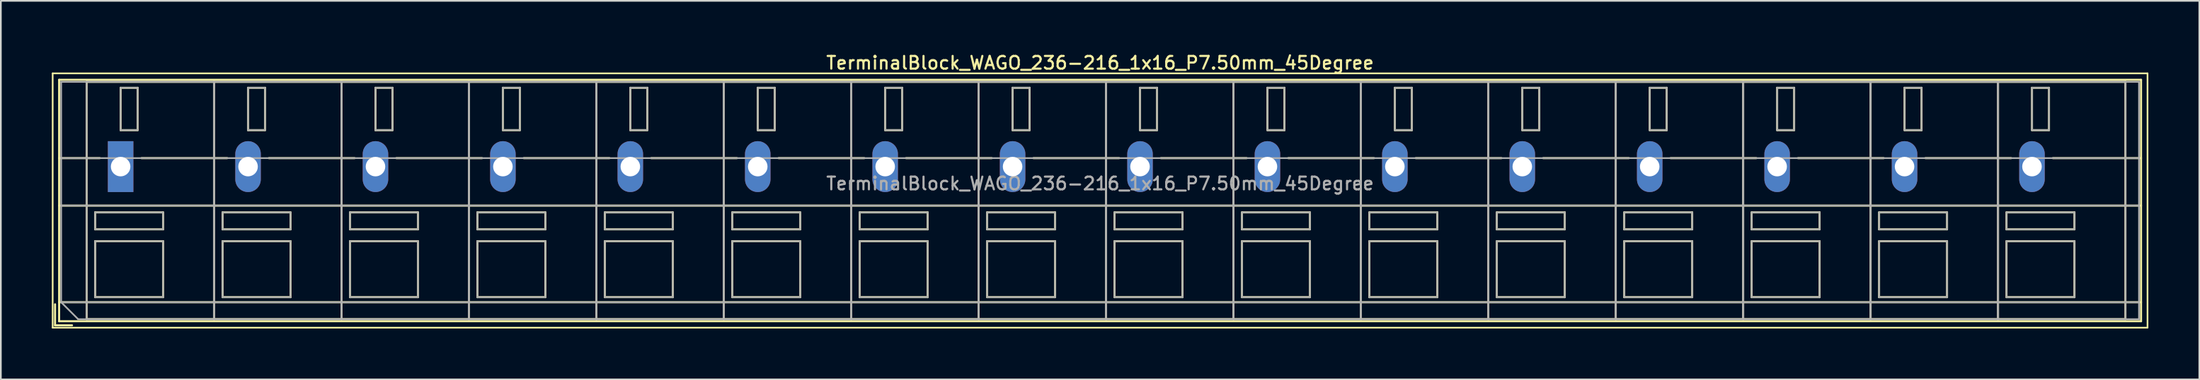
<source format=kicad_pcb>
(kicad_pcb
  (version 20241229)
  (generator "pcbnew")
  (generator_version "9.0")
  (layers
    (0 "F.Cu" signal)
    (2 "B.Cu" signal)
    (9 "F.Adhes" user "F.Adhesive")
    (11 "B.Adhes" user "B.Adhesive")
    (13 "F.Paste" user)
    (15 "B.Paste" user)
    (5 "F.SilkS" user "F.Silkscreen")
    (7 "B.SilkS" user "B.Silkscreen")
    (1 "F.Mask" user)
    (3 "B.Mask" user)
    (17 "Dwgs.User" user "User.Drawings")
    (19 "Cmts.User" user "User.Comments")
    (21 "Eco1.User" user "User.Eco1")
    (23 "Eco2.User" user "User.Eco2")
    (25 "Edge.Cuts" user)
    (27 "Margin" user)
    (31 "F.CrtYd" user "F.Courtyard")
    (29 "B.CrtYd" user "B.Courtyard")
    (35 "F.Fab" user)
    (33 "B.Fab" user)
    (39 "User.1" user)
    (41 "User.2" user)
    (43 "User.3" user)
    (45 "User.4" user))
  (footprint "TerminalBlock_WAGO_236-216_1x16_P7.50mm_45Degree"
    (layer "F.Cu")
    (at 4.05 6.778)
    (property "Reference" "TerminalBlock_WAGO_236-216_1x16_P7.50mm_45Degree" (at 57.65 -6.12 0) (layer "F.SilkS") (effects (font (size 0.75 0.75) (thickness 0.125))))
    (attr through_hole)
    (fp_line (start -4 -5.5) (end -4 9.5) (stroke (width 0.1) (type solid)) (layer "F.SilkS"))
    (fp_line (start -4 9.5) (end 119.3 9.5) (stroke (width 0.1) (type solid)) (layer "F.SilkS"))
    (fp_line (start -3.86 8.12) (end -3.86 9.36) (stroke (width 0.12) (type solid)) (layer "F.SilkS"))
    (fp_line (start -3.86 9.36) (end -2.86 9.36) (stroke (width 0.12) (type solid)) (layer "F.SilkS"))
    (fp_line (start -3.62 -5.12) (end -3.62 9.12) (stroke (width 0.12) (type solid)) (layer "F.SilkS"))
    (fp_line (start -3.62 -5.12) (end 118.92 -5.12) (stroke (width 0.12) (type solid)) (layer "F.SilkS"))
    (fp_line (start -3.62 -0.5) (end -1.23 -0.5) (stroke (width 0.12) (type solid)) (layer "F.SilkS"))
    (fp_line (start -3.62 2.3) (end 118.92 2.3) (stroke (width 0.12) (type solid)) (layer "F.SilkS"))
    (fp_line (start -3.62 8) (end 118.92 8) (stroke (width 0.12) (type solid)) (layer "F.SilkS"))
    (fp_line (start -3.62 9.12) (end 118.92 9.12) (stroke (width 0.12) (type solid)) (layer "F.SilkS"))
    (fp_line (start -2 -5) (end -2 9) (stroke (width 0.12) (type solid)) (layer "F.SilkS"))
    (fp_line (start -2 -5) (end 5.5 -5) (stroke (width 0.12) (type solid)) (layer "F.SilkS"))
    (fp_line (start -2 9) (end 5.5 9) (stroke (width 0.12) (type solid)) (layer "F.SilkS"))
    (fp_line (start -1.5 2.7) (end -1.5 3.7) (stroke (width 0.12) (type solid)) (layer "F.SilkS"))
    (fp_line (start -1.5 2.7) (end 2.5 2.7) (stroke (width 0.12) (type solid)) (layer "F.SilkS"))
    (fp_line (start -1.5 3.7) (end 2.5 3.7) (stroke (width 0.12) (type solid)) (layer "F.SilkS"))
    (fp_line (start -1.5 4.4) (end -1.5 7.7) (stroke (width 0.12) (type solid)) (layer "F.SilkS"))
    (fp_line (start -1.5 4.4) (end 2.5 4.4) (stroke (width 0.12) (type solid)) (layer "F.SilkS"))
    (fp_line (start -1.5 7.7) (end 2.5 7.7) (stroke (width 0.12) (type solid)) (layer "F.SilkS"))
    (fp_line (start 0 -4.65) (end 0 -2.151) (stroke (width 0.12) (type solid)) (layer "F.SilkS"))
    (fp_line (start 0 -4.65) (end 1 -4.65) (stroke (width 0.12) (type solid)) (layer "F.SilkS"))
    (fp_line (start 0 -2.151) (end 1 -2.151) (stroke (width 0.12) (type solid)) (layer "F.SilkS"))
    (fp_line (start 1 -4.65) (end 1 -2.151) (stroke (width 0.12) (type solid)) (layer "F.SilkS"))
    (fp_line (start 1.23 -0.5) (end 6.27 -0.5) (stroke (width 0.12) (type solid)) (layer "F.SilkS"))
    (fp_line (start 2.5 2.7) (end 2.5 3.7) (stroke (width 0.12) (type solid)) (layer "F.SilkS"))
    (fp_line (start 2.5 4.4) (end 2.5 7.7) (stroke (width 0.12) (type solid)) (layer "F.SilkS"))
    (fp_line (start 5.5 -5) (end 5.5 9) (stroke (width 0.12) (type solid)) (layer "F.SilkS"))
    (fp_line (start 5.5 -5) (end 5.5 9) (stroke (width 0.12) (type solid)) (layer "F.SilkS"))
    (fp_line (start 5.5 -5) (end 13 -5) (stroke (width 0.12) (type solid)) (layer "F.SilkS"))
    (fp_line (start 5.5 9) (end 13 9) (stroke (width 0.12) (type solid)) (layer "F.SilkS"))
    (fp_line (start 6 2.7) (end 6 3.7) (stroke (width 0.12) (type solid)) (layer "F.SilkS"))
    (fp_line (start 6 2.7) (end 10 2.7) (stroke (width 0.12) (type solid)) (layer "F.SilkS"))
    (fp_line (start 6 3.7) (end 10 3.7) (stroke (width 0.12) (type solid)) (layer "F.SilkS"))
    (fp_line (start 6 4.4) (end 6 7.7) (stroke (width 0.12) (type solid)) (layer "F.SilkS"))
    (fp_line (start 6 4.4) (end 10 4.4) (stroke (width 0.12) (type solid)) (layer "F.SilkS"))
    (fp_line (start 6 7.7) (end 10 7.7) (stroke (width 0.12) (type solid)) (layer "F.SilkS"))
    (fp_line (start 7.5 -4.65) (end 7.5 -2.151) (stroke (width 0.12) (type solid)) (layer "F.SilkS"))
    (fp_line (start 7.5 -4.65) (end 8.5 -4.65) (stroke (width 0.12) (type solid)) (layer "F.SilkS"))
    (fp_line (start 7.5 -2.151) (end 8.5 -2.151) (stroke (width 0.12) (type solid)) (layer "F.SilkS"))
    (fp_line (start 8.5 -4.65) (end 8.5 -2.151) (stroke (width 0.12) (type solid)) (layer "F.SilkS"))
    (fp_line (start 8.73 -0.5) (end 13.77 -0.5) (stroke (width 0.12) (type solid)) (layer "F.SilkS"))
    (fp_line (start 10 2.7) (end 10 3.7) (stroke (width 0.12) (type solid)) (layer "F.SilkS"))
    (fp_line (start 10 4.4) (end 10 7.7) (stroke (width 0.12) (type solid)) (layer "F.SilkS"))
    (fp_line (start 13 -5) (end 13 9) (stroke (width 0.12) (type solid)) (layer "F.SilkS"))
    (fp_line (start 13 -5) (end 13 9) (stroke (width 0.12) (type solid)) (layer "F.SilkS"))
    (fp_line (start 13 -5) (end 20.5 -5) (stroke (width 0.12) (type solid)) (layer "F.SilkS"))
    (fp_line (start 13 9) (end 20.5 9) (stroke (width 0.12) (type solid)) (layer "F.SilkS"))
    (fp_line (start 13.5 2.7) (end 13.5 3.7) (stroke (width 0.12) (type solid)) (layer "F.SilkS"))
    (fp_line (start 13.5 2.7) (end 17.5 2.7) (stroke (width 0.12) (type solid)) (layer "F.SilkS"))
    (fp_line (start 13.5 3.7) (end 17.5 3.7) (stroke (width 0.12) (type solid)) (layer "F.SilkS"))
    (fp_line (start 13.5 4.4) (end 13.5 7.7) (stroke (width 0.12) (type solid)) (layer "F.SilkS"))
    (fp_line (start 13.5 4.4) (end 17.5 4.4) (stroke (width 0.12) (type solid)) (layer "F.SilkS"))
    (fp_line (start 13.5 7.7) (end 17.5 7.7) (stroke (width 0.12) (type solid)) (layer "F.SilkS"))
    (fp_line (start 15 -4.65) (end 15 -2.151) (stroke (width 0.12) (type solid)) (layer "F.SilkS"))
    (fp_line (start 15 -4.65) (end 16 -4.65) (stroke (width 0.12) (type solid)) (layer "F.SilkS"))
    (fp_line (start 15 -2.151) (end 16 -2.151) (stroke (width 0.12) (type solid)) (layer "F.SilkS"))
    (fp_line (start 16 -4.65) (end 16 -2.151) (stroke (width 0.12) (type solid)) (layer "F.SilkS"))
    (fp_line (start 16.23 -0.5) (end 21.27 -0.5) (stroke (width 0.12) (type solid)) (layer "F.SilkS"))
    (fp_line (start 17.5 2.7) (end 17.5 3.7) (stroke (width 0.12) (type solid)) (layer "F.SilkS"))
    (fp_line (start 17.5 4.4) (end 17.5 7.7) (stroke (width 0.12) (type solid)) (layer "F.SilkS"))
    (fp_line (start 20.5 -5) (end 20.5 9) (stroke (width 0.12) (type solid)) (layer "F.SilkS"))
    (fp_line (start 20.5 -5) (end 20.5 9) (stroke (width 0.12) (type solid)) (layer "F.SilkS"))
    (fp_line (start 20.5 -5) (end 28 -5) (stroke (width 0.12) (type solid)) (layer "F.SilkS"))
    (fp_line (start 20.5 9) (end 28 9) (stroke (width 0.12) (type solid)) (layer "F.SilkS"))
    (fp_line (start 21 2.7) (end 21 3.7) (stroke (width 0.12) (type solid)) (layer "F.SilkS"))
    (fp_line (start 21 2.7) (end 25 2.7) (stroke (width 0.12) (type solid)) (layer "F.SilkS"))
    (fp_line (start 21 3.7) (end 25 3.7) (stroke (width 0.12) (type solid)) (layer "F.SilkS"))
    (fp_line (start 21 4.4) (end 21 7.7) (stroke (width 0.12) (type solid)) (layer "F.SilkS"))
    (fp_line (start 21 4.4) (end 25 4.4) (stroke (width 0.12) (type solid)) (layer "F.SilkS"))
    (fp_line (start 21 7.7) (end 25 7.7) (stroke (width 0.12) (type solid)) (layer "F.SilkS"))
    (fp_line (start 22.5 -4.65) (end 22.5 -2.151) (stroke (width 0.12) (type solid)) (layer "F.SilkS"))
    (fp_line (start 22.5 -4.65) (end 23.5 -4.65) (stroke (width 0.12) (type solid)) (layer "F.SilkS"))
    (fp_line (start 22.5 -2.151) (end 23.5 -2.151) (stroke (width 0.12) (type solid)) (layer "F.SilkS"))
    (fp_line (start 23.5 -4.65) (end 23.5 -2.151) (stroke (width 0.12) (type solid)) (layer "F.SilkS"))
    (fp_line (start 23.73 -0.5) (end 28.77 -0.5) (stroke (width 0.12) (type solid)) (layer "F.SilkS"))
    (fp_line (start 25 2.7) (end 25 3.7) (stroke (width 0.12) (type solid)) (layer "F.SilkS"))
    (fp_line (start 25 4.4) (end 25 7.7) (stroke (width 0.12) (type solid)) (layer "F.SilkS"))
    (fp_line (start 28 -5) (end 28 9) (stroke (width 0.12) (type solid)) (layer "F.SilkS"))
    (fp_line (start 28 -5) (end 28 9) (stroke (width 0.12) (type solid)) (layer "F.SilkS"))
    (fp_line (start 28 -5) (end 35.5 -5) (stroke (width 0.12) (type solid)) (layer "F.SilkS"))
    (fp_line (start 28 9) (end 35.5 9) (stroke (width 0.12) (type solid)) (layer "F.SilkS"))
    (fp_line (start 28.5 2.7) (end 28.5 3.7) (stroke (width 0.12) (type solid)) (layer "F.SilkS"))
    (fp_line (start 28.5 2.7) (end 32.5 2.7) (stroke (width 0.12) (type solid)) (layer "F.SilkS"))
    (fp_line (start 28.5 3.7) (end 32.5 3.7) (stroke (width 0.12) (type solid)) (layer "F.SilkS"))
    (fp_line (start 28.5 4.4) (end 28.5 7.7) (stroke (width 0.12) (type solid)) (layer "F.SilkS"))
    (fp_line (start 28.5 4.4) (end 32.5 4.4) (stroke (width 0.12) (type solid)) (layer "F.SilkS"))
    (fp_line (start 28.5 7.7) (end 32.5 7.7) (stroke (width 0.12) (type solid)) (layer "F.SilkS"))
    (fp_line (start 30 -4.65) (end 30 -2.151) (stroke (width 0.12) (type solid)) (layer "F.SilkS"))
    (fp_line (start 30 -4.65) (end 31 -4.65) (stroke (width 0.12) (type solid)) (layer "F.SilkS"))
    (fp_line (start 30 -2.151) (end 31 -2.151) (stroke (width 0.12) (type solid)) (layer "F.SilkS"))
    (fp_line (start 31 -4.65) (end 31 -2.151) (stroke (width 0.12) (type solid)) (layer "F.SilkS"))
    (fp_line (start 31.23 -0.5) (end 36.27 -0.5) (stroke (width 0.12) (type solid)) (layer "F.SilkS"))
    (fp_line (start 32.5 2.7) (end 32.5 3.7) (stroke (width 0.12) (type solid)) (layer "F.SilkS"))
    (fp_line (start 32.5 4.4) (end 32.5 7.7) (stroke (width 0.12) (type solid)) (layer "F.SilkS"))
    (fp_line (start 35.5 -5) (end 35.5 9) (stroke (width 0.12) (type solid)) (layer "F.SilkS"))
    (fp_line (start 35.5 -5) (end 35.5 9) (stroke (width 0.12) (type solid)) (layer "F.SilkS"))
    (fp_line (start 35.5 -5) (end 43 -5) (stroke (width 0.12) (type solid)) (layer "F.SilkS"))
    (fp_line (start 35.5 9) (end 43 9) (stroke (width 0.12) (type solid)) (layer "F.SilkS"))
    (fp_line (start 36 2.7) (end 36 3.7) (stroke (width 0.12) (type solid)) (layer "F.SilkS"))
    (fp_line (start 36 2.7) (end 40 2.7) (stroke (width 0.12) (type solid)) (layer "F.SilkS"))
    (fp_line (start 36 3.7) (end 40 3.7) (stroke (width 0.12) (type solid)) (layer "F.SilkS"))
    (fp_line (start 36 4.4) (end 36 7.7) (stroke (width 0.12) (type solid)) (layer "F.SilkS"))
    (fp_line (start 36 4.4) (end 40 4.4) (stroke (width 0.12) (type solid)) (layer "F.SilkS"))
    (fp_line (start 36 7.7) (end 40 7.7) (stroke (width 0.12) (type solid)) (layer "F.SilkS"))
    (fp_line (start 37.5 -4.65) (end 37.5 -2.151) (stroke (width 0.12) (type solid)) (layer "F.SilkS"))
    (fp_line (start 37.5 -4.65) (end 38.5 -4.65) (stroke (width 0.12) (type solid)) (layer "F.SilkS"))
    (fp_line (start 37.5 -2.151) (end 38.5 -2.151) (stroke (width 0.12) (type solid)) (layer "F.SilkS"))
    (fp_line (start 38.5 -4.65) (end 38.5 -2.151) (stroke (width 0.12) (type solid)) (layer "F.SilkS"))
    (fp_line (start 38.73 -0.5) (end 43.77 -0.5) (stroke (width 0.12) (type solid)) (layer "F.SilkS"))
    (fp_line (start 40 2.7) (end 40 3.7) (stroke (width 0.12) (type solid)) (layer "F.SilkS"))
    (fp_line (start 40 4.4) (end 40 7.7) (stroke (width 0.12) (type solid)) (layer "F.SilkS"))
    (fp_line (start 43 -5) (end 43 9) (stroke (width 0.12) (type solid)) (layer "F.SilkS"))
    (fp_line (start 43 -5) (end 43 9) (stroke (width 0.12) (type solid)) (layer "F.SilkS"))
    (fp_line (start 43 -5) (end 50.5 -5) (stroke (width 0.12) (type solid)) (layer "F.SilkS"))
    (fp_line (start 43 9) (end 50.5 9) (stroke (width 0.12) (type solid)) (layer "F.SilkS"))
    (fp_line (start 43.5 2.7) (end 43.5 3.7) (stroke (width 0.12) (type solid)) (layer "F.SilkS"))
    (fp_line (start 43.5 2.7) (end 47.5 2.7) (stroke (width 0.12) (type solid)) (layer "F.SilkS"))
    (fp_line (start 43.5 3.7) (end 47.5 3.7) (stroke (width 0.12) (type solid)) (layer "F.SilkS"))
    (fp_line (start 43.5 4.4) (end 43.5 7.7) (stroke (width 0.12) (type solid)) (layer "F.SilkS"))
    (fp_line (start 43.5 4.4) (end 47.5 4.4) (stroke (width 0.12) (type solid)) (layer "F.SilkS"))
    (fp_line (start 43.5 7.7) (end 47.5 7.7) (stroke (width 0.12) (type solid)) (layer "F.SilkS"))
    (fp_line (start 45 -4.65) (end 45 -2.151) (stroke (width 0.12) (type solid)) (layer "F.SilkS"))
    (fp_line (start 45 -4.65) (end 46 -4.65) (stroke (width 0.12) (type solid)) (layer "F.SilkS"))
    (fp_line (start 45 -2.151) (end 46 -2.151) (stroke (width 0.12) (type solid)) (layer "F.SilkS"))
    (fp_line (start 46 -4.65) (end 46 -2.151) (stroke (width 0.12) (type solid)) (layer "F.SilkS"))
    (fp_line (start 46.23 -0.5) (end 51.27 -0.5) (stroke (width 0.12) (type solid)) (layer "F.SilkS"))
    (fp_line (start 47.5 2.7) (end 47.5 3.7) (stroke (width 0.12) (type solid)) (layer "F.SilkS"))
    (fp_line (start 47.5 4.4) (end 47.5 7.7) (stroke (width 0.12) (type solid)) (layer "F.SilkS"))
    (fp_line (start 50.5 -5) (end 50.5 9) (stroke (width 0.12) (type solid)) (layer "F.SilkS"))
    (fp_line (start 50.5 -5) (end 50.5 9) (stroke (width 0.12) (type solid)) (layer "F.SilkS"))
    (fp_line (start 50.5 -5) (end 58 -5) (stroke (width 0.12) (type solid)) (layer "F.SilkS"))
    (fp_line (start 50.5 9) (end 58 9) (stroke (width 0.12) (type solid)) (layer "F.SilkS"))
    (fp_line (start 51 2.7) (end 51 3.7) (stroke (width 0.12) (type solid)) (layer "F.SilkS"))
    (fp_line (start 51 2.7) (end 55 2.7) (stroke (width 0.12) (type solid)) (layer "F.SilkS"))
    (fp_line (start 51 3.7) (end 55 3.7) (stroke (width 0.12) (type solid)) (layer "F.SilkS"))
    (fp_line (start 51 4.4) (end 51 7.7) (stroke (width 0.12) (type solid)) (layer "F.SilkS"))
    (fp_line (start 51 4.4) (end 55 4.4) (stroke (width 0.12) (type solid)) (layer "F.SilkS"))
    (fp_line (start 51 7.7) (end 55 7.7) (stroke (width 0.12) (type solid)) (layer "F.SilkS"))
    (fp_line (start 52.5 -4.65) (end 52.5 -2.151) (stroke (width 0.12) (type solid)) (layer "F.SilkS"))
    (fp_line (start 52.5 -4.65) (end 53.5 -4.65) (stroke (width 0.12) (type solid)) (layer "F.SilkS"))
    (fp_line (start 52.5 -2.151) (end 53.5 -2.151) (stroke (width 0.12) (type solid)) (layer "F.SilkS"))
    (fp_line (start 53.5 -4.65) (end 53.5 -2.151) (stroke (width 0.12) (type solid)) (layer "F.SilkS"))
    (fp_line (start 53.73 -0.5) (end 58.77 -0.5) (stroke (width 0.12) (type solid)) (layer "F.SilkS"))
    (fp_line (start 55 2.7) (end 55 3.7) (stroke (width 0.12) (type solid)) (layer "F.SilkS"))
    (fp_line (start 55 4.4) (end 55 7.7) (stroke (width 0.12) (type solid)) (layer "F.SilkS"))
    (fp_line (start 58 -5) (end 58 9) (stroke (width 0.12) (type solid)) (layer "F.SilkS"))
    (fp_line (start 58 -5) (end 58 9) (stroke (width 0.12) (type solid)) (layer "F.SilkS"))
    (fp_line (start 58 -5) (end 65.5 -5) (stroke (width 0.12) (type solid)) (layer "F.SilkS"))
    (fp_line (start 58 9) (end 65.5 9) (stroke (width 0.12) (type solid)) (layer "F.SilkS"))
    (fp_line (start 58.5 2.7) (end 58.5 3.7) (stroke (width 0.12) (type solid)) (layer "F.SilkS"))
    (fp_line (start 58.5 2.7) (end 62.5 2.7) (stroke (width 0.12) (type solid)) (layer "F.SilkS"))
    (fp_line (start 58.5 3.7) (end 62.5 3.7) (stroke (width 0.12) (type solid)) (layer "F.SilkS"))
    (fp_line (start 58.5 4.4) (end 58.5 7.7) (stroke (width 0.12) (type solid)) (layer "F.SilkS"))
    (fp_line (start 58.5 4.4) (end 62.5 4.4) (stroke (width 0.12) (type solid)) (layer "F.SilkS"))
    (fp_line (start 58.5 7.7) (end 62.5 7.7) (stroke (width 0.12) (type solid)) (layer "F.SilkS"))
    (fp_line (start 60 -4.65) (end 60 -2.151) (stroke (width 0.12) (type solid)) (layer "F.SilkS"))
    (fp_line (start 60 -4.65) (end 61 -4.65) (stroke (width 0.12) (type solid)) (layer "F.SilkS"))
    (fp_line (start 60 -2.151) (end 61 -2.151) (stroke (width 0.12) (type solid)) (layer "F.SilkS"))
    (fp_line (start 61 -4.65) (end 61 -2.151) (stroke (width 0.12) (type solid)) (layer "F.SilkS"))
    (fp_line (start 61.23 -0.5) (end 66.27 -0.5) (stroke (width 0.12) (type solid)) (layer "F.SilkS"))
    (fp_line (start 62.5 2.7) (end 62.5 3.7) (stroke (width 0.12) (type solid)) (layer "F.SilkS"))
    (fp_line (start 62.5 4.4) (end 62.5 7.7) (stroke (width 0.12) (type solid)) (layer "F.SilkS"))
    (fp_line (start 65.5 -5) (end 65.5 9) (stroke (width 0.12) (type solid)) (layer "F.SilkS"))
    (fp_line (start 65.5 -5) (end 65.5 9) (stroke (width 0.12) (type solid)) (layer "F.SilkS"))
    (fp_line (start 65.5 -5) (end 73 -5) (stroke (width 0.12) (type solid)) (layer "F.SilkS"))
    (fp_line (start 65.5 9) (end 73 9) (stroke (width 0.12) (type solid)) (layer "F.SilkS"))
    (fp_line (start 66 2.7) (end 66 3.7) (stroke (width 0.12) (type solid)) (layer "F.SilkS"))
    (fp_line (start 66 2.7) (end 70 2.7) (stroke (width 0.12) (type solid)) (layer "F.SilkS"))
    (fp_line (start 66 3.7) (end 70 3.7) (stroke (width 0.12) (type solid)) (layer "F.SilkS"))
    (fp_line (start 66 4.4) (end 66 7.7) (stroke (width 0.12) (type solid)) (layer "F.SilkS"))
    (fp_line (start 66 4.4) (end 70 4.4) (stroke (width 0.12) (type solid)) (layer "F.SilkS"))
    (fp_line (start 66 7.7) (end 70 7.7) (stroke (width 0.12) (type solid)) (layer "F.SilkS"))
    (fp_line (start 67.5 -4.65) (end 67.5 -2.151) (stroke (width 0.12) (type solid)) (layer "F.SilkS"))
    (fp_line (start 67.5 -4.65) (end 68.5 -4.65) (stroke (width 0.12) (type solid)) (layer "F.SilkS"))
    (fp_line (start 67.5 -2.151) (end 68.5 -2.151) (stroke (width 0.12) (type solid)) (layer "F.SilkS"))
    (fp_line (start 68.5 -4.65) (end 68.5 -2.151) (stroke (width 0.12) (type solid)) (layer "F.SilkS"))
    (fp_line (start 68.73 -0.5) (end 73.77 -0.5) (stroke (width 0.12) (type solid)) (layer "F.SilkS"))
    (fp_line (start 70 2.7) (end 70 3.7) (stroke (width 0.12) (type solid)) (layer "F.SilkS"))
    (fp_line (start 70 4.4) (end 70 7.7) (stroke (width 0.12) (type solid)) (layer "F.SilkS"))
    (fp_line (start 73 -5) (end 73 9) (stroke (width 0.12) (type solid)) (layer "F.SilkS"))
    (fp_line (start 73 -5) (end 73 9) (stroke (width 0.12) (type solid)) (layer "F.SilkS"))
    (fp_line (start 73 -5) (end 80.5 -5) (stroke (width 0.12) (type solid)) (layer "F.SilkS"))
    (fp_line (start 73 9) (end 80.5 9) (stroke (width 0.12) (type solid)) (layer "F.SilkS"))
    (fp_line (start 73.5 2.7) (end 73.5 3.7) (stroke (width 0.12) (type solid)) (layer "F.SilkS"))
    (fp_line (start 73.5 2.7) (end 77.5 2.7) (stroke (width 0.12) (type solid)) (layer "F.SilkS"))
    (fp_line (start 73.5 3.7) (end 77.5 3.7) (stroke (width 0.12) (type solid)) (layer "F.SilkS"))
    (fp_line (start 73.5 4.4) (end 73.5 7.7) (stroke (width 0.12) (type solid)) (layer "F.SilkS"))
    (fp_line (start 73.5 4.4) (end 77.5 4.4) (stroke (width 0.12) (type solid)) (layer "F.SilkS"))
    (fp_line (start 73.5 7.7) (end 77.5 7.7) (stroke (width 0.12) (type solid)) (layer "F.SilkS"))
    (fp_line (start 75 -4.65) (end 75 -2.151) (stroke (width 0.12) (type solid)) (layer "F.SilkS"))
    (fp_line (start 75 -4.65) (end 76 -4.65) (stroke (width 0.12) (type solid)) (layer "F.SilkS"))
    (fp_line (start 75 -2.151) (end 76 -2.151) (stroke (width 0.12) (type solid)) (layer "F.SilkS"))
    (fp_line (start 76 -4.65) (end 76 -2.151) (stroke (width 0.12) (type solid)) (layer "F.SilkS"))
    (fp_line (start 76.23 -0.5) (end 81.27 -0.5) (stroke (width 0.12) (type solid)) (layer "F.SilkS"))
    (fp_line (start 77.5 2.7) (end 77.5 3.7) (stroke (width 0.12) (type solid)) (layer "F.SilkS"))
    (fp_line (start 77.5 4.4) (end 77.5 7.7) (stroke (width 0.12) (type solid)) (layer "F.SilkS"))
    (fp_line (start 80.5 -5) (end 80.5 9) (stroke (width 0.12) (type solid)) (layer "F.SilkS"))
    (fp_line (start 80.5 -5) (end 80.5 9) (stroke (width 0.12) (type solid)) (layer "F.SilkS"))
    (fp_line (start 80.5 -5) (end 88 -5) (stroke (width 0.12) (type solid)) (layer "F.SilkS"))
    (fp_line (start 80.5 9) (end 88 9) (stroke (width 0.12) (type solid)) (layer "F.SilkS"))
    (fp_line (start 81 2.7) (end 81 3.7) (stroke (width 0.12) (type solid)) (layer "F.SilkS"))
    (fp_line (start 81 2.7) (end 85 2.7) (stroke (width 0.12) (type solid)) (layer "F.SilkS"))
    (fp_line (start 81 3.7) (end 85 3.7) (stroke (width 0.12) (type solid)) (layer "F.SilkS"))
    (fp_line (start 81 4.4) (end 81 7.7) (stroke (width 0.12) (type solid)) (layer "F.SilkS"))
    (fp_line (start 81 4.4) (end 85 4.4) (stroke (width 0.12) (type solid)) (layer "F.SilkS"))
    (fp_line (start 81 7.7) (end 85 7.7) (stroke (width 0.12) (type solid)) (layer "F.SilkS"))
    (fp_line (start 82.5 -4.65) (end 82.5 -2.151) (stroke (width 0.12) (type solid)) (layer "F.SilkS"))
    (fp_line (start 82.5 -4.65) (end 83.5 -4.65) (stroke (width 0.12) (type solid)) (layer "F.SilkS"))
    (fp_line (start 82.5 -2.151) (end 83.5 -2.151) (stroke (width 0.12) (type solid)) (layer "F.SilkS"))
    (fp_line (start 83.5 -4.65) (end 83.5 -2.151) (stroke (width 0.12) (type solid)) (layer "F.SilkS"))
    (fp_line (start 83.73 -0.5) (end 88.77 -0.5) (stroke (width 0.12) (type solid)) (layer "F.SilkS"))
    (fp_line (start 85 2.7) (end 85 3.7) (stroke (width 0.12) (type solid)) (layer "F.SilkS"))
    (fp_line (start 85 4.4) (end 85 7.7) (stroke (width 0.12) (type solid)) (layer "F.SilkS"))
    (fp_line (start 88 -5) (end 88 9) (stroke (width 0.12) (type solid)) (layer "F.SilkS"))
    (fp_line (start 88 -5) (end 88 9) (stroke (width 0.12) (type solid)) (layer "F.SilkS"))
    (fp_line (start 88 -5) (end 95.5 -5) (stroke (width 0.12) (type solid)) (layer "F.SilkS"))
    (fp_line (start 88 9) (end 95.5 9) (stroke (width 0.12) (type solid)) (layer "F.SilkS"))
    (fp_line (start 88.5 2.7) (end 88.5 3.7) (stroke (width 0.12) (type solid)) (layer "F.SilkS"))
    (fp_line (start 88.5 2.7) (end 92.5 2.7) (stroke (width 0.12) (type solid)) (layer "F.SilkS"))
    (fp_line (start 88.5 3.7) (end 92.5 3.7) (stroke (width 0.12) (type solid)) (layer "F.SilkS"))
    (fp_line (start 88.5 4.4) (end 88.5 7.7) (stroke (width 0.12) (type solid)) (layer "F.SilkS"))
    (fp_line (start 88.5 4.4) (end 92.5 4.4) (stroke (width 0.12) (type solid)) (layer "F.SilkS"))
    (fp_line (start 88.5 7.7) (end 92.5 7.7) (stroke (width 0.12) (type solid)) (layer "F.SilkS"))
    (fp_line (start 90 -4.65) (end 90 -2.151) (stroke (width 0.12) (type solid)) (layer "F.SilkS"))
    (fp_line (start 90 -4.65) (end 91 -4.65) (stroke (width 0.12) (type solid)) (layer "F.SilkS"))
    (fp_line (start 90 -2.151) (end 91 -2.151) (stroke (width 0.12) (type solid)) (layer "F.SilkS"))
    (fp_line (start 91 -4.65) (end 91 -2.151) (stroke (width 0.12) (type solid)) (layer "F.SilkS"))
    (fp_line (start 91.23 -0.5) (end 96.27 -0.5) (stroke (width 0.12) (type solid)) (layer "F.SilkS"))
    (fp_line (start 92.5 2.7) (end 92.5 3.7) (stroke (width 0.12) (type solid)) (layer "F.SilkS"))
    (fp_line (start 92.5 4.4) (end 92.5 7.7) (stroke (width 0.12) (type solid)) (layer "F.SilkS"))
    (fp_line (start 95.5 -5) (end 95.5 9) (stroke (width 0.12) (type solid)) (layer "F.SilkS"))
    (fp_line (start 95.5 -5) (end 95.5 9) (stroke (width 0.12) (type solid)) (layer "F.SilkS"))
    (fp_line (start 95.5 -5) (end 103 -5) (stroke (width 0.12) (type solid)) (layer "F.SilkS"))
    (fp_line (start 95.5 9) (end 103 9) (stroke (width 0.12) (type solid)) (layer "F.SilkS"))
    (fp_line (start 96 2.7) (end 96 3.7) (stroke (width 0.12) (type solid)) (layer "F.SilkS"))
    (fp_line (start 96 2.7) (end 100 2.7) (stroke (width 0.12) (type solid)) (layer "F.SilkS"))
    (fp_line (start 96 3.7) (end 100 3.7) (stroke (width 0.12) (type solid)) (layer "F.SilkS"))
    (fp_line (start 96 4.4) (end 96 7.7) (stroke (width 0.12) (type solid)) (layer "F.SilkS"))
    (fp_line (start 96 4.4) (end 100 4.4) (stroke (width 0.12) (type solid)) (layer "F.SilkS"))
    (fp_line (start 96 7.7) (end 100 7.7) (stroke (width 0.12) (type solid)) (layer "F.SilkS"))
    (fp_line (start 97.5 -4.65) (end 97.5 -2.151) (stroke (width 0.12) (type solid)) (layer "F.SilkS"))
    (fp_line (start 97.5 -4.65) (end 98.5 -4.65) (stroke (width 0.12) (type solid)) (layer "F.SilkS"))
    (fp_line (start 97.5 -2.151) (end 98.5 -2.151) (stroke (width 0.12) (type solid)) (layer "F.SilkS"))
    (fp_line (start 98.5 -4.65) (end 98.5 -2.151) (stroke (width 0.12) (type solid)) (layer "F.SilkS"))
    (fp_line (start 98.73 -0.5) (end 103.77 -0.5) (stroke (width 0.12) (type solid)) (layer "F.SilkS"))
    (fp_line (start 100 2.7) (end 100 3.7) (stroke (width 0.12) (type solid)) (layer "F.SilkS"))
    (fp_line (start 100 4.4) (end 100 7.7) (stroke (width 0.12) (type solid)) (layer "F.SilkS"))
    (fp_line (start 103 -5) (end 103 9) (stroke (width 0.12) (type solid)) (layer "F.SilkS"))
    (fp_line (start 103 -5) (end 103 9) (stroke (width 0.12) (type solid)) (layer "F.SilkS"))
    (fp_line (start 103 -5) (end 110.5 -5) (stroke (width 0.12) (type solid)) (layer "F.SilkS"))
    (fp_line (start 103 9) (end 110.5 9) (stroke (width 0.12) (type solid)) (layer "F.SilkS"))
    (fp_line (start 103.5 2.7) (end 103.5 3.7) (stroke (width 0.12) (type solid)) (layer "F.SilkS"))
    (fp_line (start 103.5 2.7) (end 107.5 2.7) (stroke (width 0.12) (type solid)) (layer "F.SilkS"))
    (fp_line (start 103.5 3.7) (end 107.5 3.7) (stroke (width 0.12) (type solid)) (layer "F.SilkS"))
    (fp_line (start 103.5 4.4) (end 103.5 7.7) (stroke (width 0.12) (type solid)) (layer "F.SilkS"))
    (fp_line (start 103.5 4.4) (end 107.5 4.4) (stroke (width 0.12) (type solid)) (layer "F.SilkS"))
    (fp_line (start 103.5 7.7) (end 107.5 7.7) (stroke (width 0.12) (type solid)) (layer "F.SilkS"))
    (fp_line (start 105 -4.65) (end 105 -2.151) (stroke (width 0.12) (type solid)) (layer "F.SilkS"))
    (fp_line (start 105 -4.65) (end 106 -4.65) (stroke (width 0.12) (type solid)) (layer "F.SilkS"))
    (fp_line (start 105 -2.151) (end 106 -2.151) (stroke (width 0.12) (type solid)) (layer "F.SilkS"))
    (fp_line (start 106 -4.65) (end 106 -2.151) (stroke (width 0.12) (type solid)) (layer "F.SilkS"))
    (fp_line (start 106.23 -0.5) (end 111.27 -0.5) (stroke (width 0.12) (type solid)) (layer "F.SilkS"))
    (fp_line (start 107.5 2.7) (end 107.5 3.7) (stroke (width 0.12) (type solid)) (layer "F.SilkS"))
    (fp_line (start 107.5 4.4) (end 107.5 7.7) (stroke (width 0.12) (type solid)) (layer "F.SilkS"))
    (fp_line (start 110.5 -5) (end 110.5 9) (stroke (width 0.12) (type solid)) (layer "F.SilkS"))
    (fp_line (start 110.5 -5) (end 110.5 9) (stroke (width 0.12) (type solid)) (layer "F.SilkS"))
    (fp_line (start 110.5 -5) (end 118 -5) (stroke (width 0.12) (type solid)) (layer "F.SilkS"))
    (fp_line (start 110.5 9) (end 118 9) (stroke (width 0.12) (type solid)) (layer "F.SilkS"))
    (fp_line (start 111 2.7) (end 111 3.7) (stroke (width 0.12) (type solid)) (layer "F.SilkS"))
    (fp_line (start 111 2.7) (end 115 2.7) (stroke (width 0.12) (type solid)) (layer "F.SilkS"))
    (fp_line (start 111 3.7) (end 115 3.7) (stroke (width 0.12) (type solid)) (layer "F.SilkS"))
    (fp_line (start 111 4.4) (end 111 7.7) (stroke (width 0.12) (type solid)) (layer "F.SilkS"))
    (fp_line (start 111 4.4) (end 115 4.4) (stroke (width 0.12) (type solid)) (layer "F.SilkS"))
    (fp_line (start 111 7.7) (end 115 7.7) (stroke (width 0.12) (type solid)) (layer "F.SilkS"))
    (fp_line (start 112.5 -4.65) (end 112.5 -2.151) (stroke (width 0.12) (type solid)) (layer "F.SilkS"))
    (fp_line (start 112.5 -4.65) (end 113.5 -4.65) (stroke (width 0.12) (type solid)) (layer "F.SilkS"))
    (fp_line (start 112.5 -2.151) (end 113.5 -2.151) (stroke (width 0.12) (type solid)) (layer "F.SilkS"))
    (fp_line (start 113.5 -4.65) (end 113.5 -2.151) (stroke (width 0.12) (type solid)) (layer "F.SilkS"))
    (fp_line (start 113.73 -0.5) (end 118.92 -0.5) (stroke (width 0.12) (type solid)) (layer "F.SilkS"))
    (fp_line (start 115 2.7) (end 115 3.7) (stroke (width 0.12) (type solid)) (layer "F.SilkS"))
    (fp_line (start 115 4.4) (end 115 7.7) (stroke (width 0.12) (type solid)) (layer "F.SilkS"))
    (fp_line (start 118 -5) (end 118 9) (stroke (width 0.12) (type solid)) (layer "F.SilkS"))
    (fp_line (start 118.92 -5.12) (end 118.92 9.12) (stroke (width 0.12) (type solid)) (layer "F.SilkS"))
    (fp_line (start 119.3 -5.5) (end -4 -5.5) (stroke (width 0.1) (type solid)) (layer "F.SilkS"))
    (fp_line (start 119.3 9.5) (end 119.3 -5.5) (stroke (width 0.1) (type solid)) (layer "F.SilkS"))
    (fp_line (start -3.5 -5) (end 118.8 -5) (stroke (width 0.1) (type solid)) (layer "F.Fab"))
    (fp_line (start -3.5 -0.5) (end 118.8 -0.5) (stroke (width 0.1) (type solid)) (layer "F.Fab"))
    (fp_line (start -3.5 2.3) (end 118.8 2.3) (stroke (width 0.1) (type solid)) (layer "F.Fab"))
    (fp_line (start -3.5 8) (end -3.5 -5) (stroke (width 0.1) (type solid)) (layer "F.Fab"))
    (fp_line (start -3.5 8) (end 118.8 8) (stroke (width 0.1) (type solid)) (layer "F.Fab"))
    (fp_line (start -2.5 9) (end -3.5 8) (stroke (width 0.1) (type solid)) (layer "F.Fab"))
    (fp_line (start -2 -5) (end -2 9) (stroke (width 0.1) (type solid)) (layer "F.Fab"))
    (fp_line (start -2 9) (end 5.5 9) (stroke (width 0.1) (type solid)) (layer "F.Fab"))
    (fp_line (start -1.5 2.7) (end -1.5 3.7) (stroke (width 0.1) (type solid)) (layer "F.Fab"))
    (fp_line (start -1.5 3.7) (end 2.5 3.7) (stroke (width 0.1) (type solid)) (layer "F.Fab"))
    (fp_line (start -1.5 4.4) (end -1.5 7.7) (stroke (width 0.1) (type solid)) (layer "F.Fab"))
    (fp_line (start -1.5 7.7) (end 2.5 7.7) (stroke (width 0.1) (type solid)) (layer "F.Fab"))
    (fp_line (start 0 -4.65) (end 0 -2.15) (stroke (width 0.1) (type solid)) (layer "F.Fab"))
    (fp_line (start 0 -2.15) (end 1 -2.15) (stroke (width 0.1) (type solid)) (layer "F.Fab"))
    (fp_line (start 1 -4.65) (end 0 -4.65) (stroke (width 0.1) (type solid)) (layer "F.Fab"))
    (fp_line (start 1 -2.15) (end 1 -4.65) (stroke (width 0.1) (type solid)) (layer "F.Fab"))
    (fp_line (start 2.5 2.7) (end -1.5 2.7) (stroke (width 0.1) (type solid)) (layer "F.Fab"))
    (fp_line (start 2.5 3.7) (end 2.5 2.7) (stroke (width 0.1) (type solid)) (layer "F.Fab"))
    (fp_line (start 2.5 4.4) (end -1.5 4.4) (stroke (width 0.1) (type solid)) (layer "F.Fab"))
    (fp_line (start 2.5 7.7) (end 2.5 4.4) (stroke (width 0.1) (type solid)) (layer "F.Fab"))
    (fp_line (start 5.5 -5) (end -2 -5) (stroke (width 0.1) (type solid)) (layer "F.Fab"))
    (fp_line (start 5.5 -5) (end 5.5 9) (stroke (width 0.1) (type solid)) (layer "F.Fab"))
    (fp_line (start 5.5 9) (end 5.5 -5) (stroke (width 0.1) (type solid)) (layer "F.Fab"))
    (fp_line (start 5.5 9) (end 13 9) (stroke (width 0.1) (type solid)) (layer "F.Fab"))
    (fp_line (start 6 2.7) (end 6 3.7) (stroke (width 0.1) (type solid)) (layer "F.Fab"))
    (fp_line (start 6 3.7) (end 10 3.7) (stroke (width 0.1) (type solid)) (layer "F.Fab"))
    (fp_line (start 6 4.4) (end 6 7.7) (stroke (width 0.1) (type solid)) (layer "F.Fab"))
    (fp_line (start 6 7.7) (end 10 7.7) (stroke (width 0.1) (type solid)) (layer "F.Fab"))
    (fp_line (start 7.5 -4.65) (end 7.5 -2.15) (stroke (width 0.1) (type solid)) (layer "F.Fab"))
    (fp_line (start 7.5 -2.15) (end 8.5 -2.15) (stroke (width 0.1) (type solid)) (layer "F.Fab"))
    (fp_line (start 8.5 -4.65) (end 7.5 -4.65) (stroke (width 0.1) (type solid)) (layer "F.Fab"))
    (fp_line (start 8.5 -2.15) (end 8.5 -4.65) (stroke (width 0.1) (type solid)) (layer "F.Fab"))
    (fp_line (start 10 2.7) (end 6 2.7) (stroke (width 0.1) (type solid)) (layer "F.Fab"))
    (fp_line (start 10 3.7) (end 10 2.7) (stroke (width 0.1) (type solid)) (layer "F.Fab"))
    (fp_line (start 10 4.4) (end 6 4.4) (stroke (width 0.1) (type solid)) (layer "F.Fab"))
    (fp_line (start 10 7.7) (end 10 4.4) (stroke (width 0.1) (type solid)) (layer "F.Fab"))
    (fp_line (start 13 -5) (end 5.5 -5) (stroke (width 0.1) (type solid)) (layer "F.Fab"))
    (fp_line (start 13 -5) (end 13 9) (stroke (width 0.1) (type solid)) (layer "F.Fab"))
    (fp_line (start 13 9) (end 13 -5) (stroke (width 0.1) (type solid)) (layer "F.Fab"))
    (fp_line (start 13 9) (end 20.5 9) (stroke (width 0.1) (type solid)) (layer "F.Fab"))
    (fp_line (start 13.5 2.7) (end 13.5 3.7) (stroke (width 0.1) (type solid)) (layer "F.Fab"))
    (fp_line (start 13.5 3.7) (end 17.5 3.7) (stroke (width 0.1) (type solid)) (layer "F.Fab"))
    (fp_line (start 13.5 4.4) (end 13.5 7.7) (stroke (width 0.1) (type solid)) (layer "F.Fab"))
    (fp_line (start 13.5 7.7) (end 17.5 7.7) (stroke (width 0.1) (type solid)) (layer "F.Fab"))
    (fp_line (start 15 -4.65) (end 15 -2.15) (stroke (width 0.1) (type solid)) (layer "F.Fab"))
    (fp_line (start 15 -2.15) (end 16 -2.15) (stroke (width 0.1) (type solid)) (layer "F.Fab"))
    (fp_line (start 16 -4.65) (end 15 -4.65) (stroke (width 0.1) (type solid)) (layer "F.Fab"))
    (fp_line (start 16 -2.15) (end 16 -4.65) (stroke (width 0.1) (type solid)) (layer "F.Fab"))
    (fp_line (start 17.5 2.7) (end 13.5 2.7) (stroke (width 0.1) (type solid)) (layer "F.Fab"))
    (fp_line (start 17.5 3.7) (end 17.5 2.7) (stroke (width 0.1) (type solid)) (layer "F.Fab"))
    (fp_line (start 17.5 4.4) (end 13.5 4.4) (stroke (width 0.1) (type solid)) (layer "F.Fab"))
    (fp_line (start 17.5 7.7) (end 17.5 4.4) (stroke (width 0.1) (type solid)) (layer "F.Fab"))
    (fp_line (start 20.5 -5) (end 13 -5) (stroke (width 0.1) (type solid)) (layer "F.Fab"))
    (fp_line (start 20.5 -5) (end 20.5 9) (stroke (width 0.1) (type solid)) (layer "F.Fab"))
    (fp_line (start 20.5 9) (end 20.5 -5) (stroke (width 0.1) (type solid)) (layer "F.Fab"))
    (fp_line (start 20.5 9) (end 28 9) (stroke (width 0.1) (type solid)) (layer "F.Fab"))
    (fp_line (start 21 2.7) (end 21 3.7) (stroke (width 0.1) (type solid)) (layer "F.Fab"))
    (fp_line (start 21 3.7) (end 25 3.7) (stroke (width 0.1) (type solid)) (layer "F.Fab"))
    (fp_line (start 21 4.4) (end 21 7.7) (stroke (width 0.1) (type solid)) (layer "F.Fab"))
    (fp_line (start 21 7.7) (end 25 7.7) (stroke (width 0.1) (type solid)) (layer "F.Fab"))
    (fp_line (start 22.5 -4.65) (end 22.5 -2.15) (stroke (width 0.1) (type solid)) (layer "F.Fab"))
    (fp_line (start 22.5 -2.15) (end 23.5 -2.15) (stroke (width 0.1) (type solid)) (layer "F.Fab"))
    (fp_line (start 23.5 -4.65) (end 22.5 -4.65) (stroke (width 0.1) (type solid)) (layer "F.Fab"))
    (fp_line (start 23.5 -2.15) (end 23.5 -4.65) (stroke (width 0.1) (type solid)) (layer "F.Fab"))
    (fp_line (start 25 2.7) (end 21 2.7) (stroke (width 0.1) (type solid)) (layer "F.Fab"))
    (fp_line (start 25 3.7) (end 25 2.7) (stroke (width 0.1) (type solid)) (layer "F.Fab"))
    (fp_line (start 25 4.4) (end 21 4.4) (stroke (width 0.1) (type solid)) (layer "F.Fab"))
    (fp_line (start 25 7.7) (end 25 4.4) (stroke (width 0.1) (type solid)) (layer "F.Fab"))
    (fp_line (start 28 -5) (end 20.5 -5) (stroke (width 0.1) (type solid)) (layer "F.Fab"))
    (fp_line (start 28 -5) (end 28 9) (stroke (width 0.1) (type solid)) (layer "F.Fab"))
    (fp_line (start 28 9) (end 28 -5) (stroke (width 0.1) (type solid)) (layer "F.Fab"))
    (fp_line (start 28 9) (end 35.5 9) (stroke (width 0.1) (type solid)) (layer "F.Fab"))
    (fp_line (start 28.5 2.7) (end 28.5 3.7) (stroke (width 0.1) (type solid)) (layer "F.Fab"))
    (fp_line (start 28.5 3.7) (end 32.5 3.7) (stroke (width 0.1) (type solid)) (layer "F.Fab"))
    (fp_line (start 28.5 4.4) (end 28.5 7.7) (stroke (width 0.1) (type solid)) (layer "F.Fab"))
    (fp_line (start 28.5 7.7) (end 32.5 7.7) (stroke (width 0.1) (type solid)) (layer "F.Fab"))
    (fp_line (start 30 -4.65) (end 30 -2.15) (stroke (width 0.1) (type solid)) (layer "F.Fab"))
    (fp_line (start 30 -2.15) (end 31 -2.15) (stroke (width 0.1) (type solid)) (layer "F.Fab"))
    (fp_line (start 31 -4.65) (end 30 -4.65) (stroke (width 0.1) (type solid)) (layer "F.Fab"))
    (fp_line (start 31 -2.15) (end 31 -4.65) (stroke (width 0.1) (type solid)) (layer "F.Fab"))
    (fp_line (start 32.5 2.7) (end 28.5 2.7) (stroke (width 0.1) (type solid)) (layer "F.Fab"))
    (fp_line (start 32.5 3.7) (end 32.5 2.7) (stroke (width 0.1) (type solid)) (layer "F.Fab"))
    (fp_line (start 32.5 4.4) (end 28.5 4.4) (stroke (width 0.1) (type solid)) (layer "F.Fab"))
    (fp_line (start 32.5 7.7) (end 32.5 4.4) (stroke (width 0.1) (type solid)) (layer "F.Fab"))
    (fp_line (start 35.5 -5) (end 28 -5) (stroke (width 0.1) (type solid)) (layer "F.Fab"))
    (fp_line (start 35.5 -5) (end 35.5 9) (stroke (width 0.1) (type solid)) (layer "F.Fab"))
    (fp_line (start 35.5 9) (end 35.5 -5) (stroke (width 0.1) (type solid)) (layer "F.Fab"))
    (fp_line (start 35.5 9) (end 43 9) (stroke (width 0.1) (type solid)) (layer "F.Fab"))
    (fp_line (start 36 2.7) (end 36 3.7) (stroke (width 0.1) (type solid)) (layer "F.Fab"))
    (fp_line (start 36 3.7) (end 40 3.7) (stroke (width 0.1) (type solid)) (layer "F.Fab"))
    (fp_line (start 36 4.4) (end 36 7.7) (stroke (width 0.1) (type solid)) (layer "F.Fab"))
    (fp_line (start 36 7.7) (end 40 7.7) (stroke (width 0.1) (type solid)) (layer "F.Fab"))
    (fp_line (start 37.5 -4.65) (end 37.5 -2.15) (stroke (width 0.1) (type solid)) (layer "F.Fab"))
    (fp_line (start 37.5 -2.15) (end 38.5 -2.15) (stroke (width 0.1) (type solid)) (layer "F.Fab"))
    (fp_line (start 38.5 -4.65) (end 37.5 -4.65) (stroke (width 0.1) (type solid)) (layer "F.Fab"))
    (fp_line (start 38.5 -2.15) (end 38.5 -4.65) (stroke (width 0.1) (type solid)) (layer "F.Fab"))
    (fp_line (start 40 2.7) (end 36 2.7) (stroke (width 0.1) (type solid)) (layer "F.Fab"))
    (fp_line (start 40 3.7) (end 40 2.7) (stroke (width 0.1) (type solid)) (layer "F.Fab"))
    (fp_line (start 40 4.4) (end 36 4.4) (stroke (width 0.1) (type solid)) (layer "F.Fab"))
    (fp_line (start 40 7.7) (end 40 4.4) (stroke (width 0.1) (type solid)) (layer "F.Fab"))
    (fp_line (start 43 -5) (end 35.5 -5) (stroke (width 0.1) (type solid)) (layer "F.Fab"))
    (fp_line (start 43 -5) (end 43 9) (stroke (width 0.1) (type solid)) (layer "F.Fab"))
    (fp_line (start 43 9) (end 43 -5) (stroke (width 0.1) (type solid)) (layer "F.Fab"))
    (fp_line (start 43 9) (end 50.5 9) (stroke (width 0.1) (type solid)) (layer "F.Fab"))
    (fp_line (start 43.5 2.7) (end 43.5 3.7) (stroke (width 0.1) (type solid)) (layer "F.Fab"))
    (fp_line (start 43.5 3.7) (end 47.5 3.7) (stroke (width 0.1) (type solid)) (layer "F.Fab"))
    (fp_line (start 43.5 4.4) (end 43.5 7.7) (stroke (width 0.1) (type solid)) (layer "F.Fab"))
    (fp_line (start 43.5 7.7) (end 47.5 7.7) (stroke (width 0.1) (type solid)) (layer "F.Fab"))
    (fp_line (start 45 -4.65) (end 45 -2.15) (stroke (width 0.1) (type solid)) (layer "F.Fab"))
    (fp_line (start 45 -2.15) (end 46 -2.15) (stroke (width 0.1) (type solid)) (layer "F.Fab"))
    (fp_line (start 46 -4.65) (end 45 -4.65) (stroke (width 0.1) (type solid)) (layer "F.Fab"))
    (fp_line (start 46 -2.15) (end 46 -4.65) (stroke (width 0.1) (type solid)) (layer "F.Fab"))
    (fp_line (start 47.5 2.7) (end 43.5 2.7) (stroke (width 0.1) (type solid)) (layer "F.Fab"))
    (fp_line (start 47.5 3.7) (end 47.5 2.7) (stroke (width 0.1) (type solid)) (layer "F.Fab"))
    (fp_line (start 47.5 4.4) (end 43.5 4.4) (stroke (width 0.1) (type solid)) (layer "F.Fab"))
    (fp_line (start 47.5 7.7) (end 47.5 4.4) (stroke (width 0.1) (type solid)) (layer "F.Fab"))
    (fp_line (start 50.5 -5) (end 43 -5) (stroke (width 0.1) (type solid)) (layer "F.Fab"))
    (fp_line (start 50.5 -5) (end 50.5 9) (stroke (width 0.1) (type solid)) (layer "F.Fab"))
    (fp_line (start 50.5 9) (end 50.5 -5) (stroke (width 0.1) (type solid)) (layer "F.Fab"))
    (fp_line (start 50.5 9) (end 58 9) (stroke (width 0.1) (type solid)) (layer "F.Fab"))
    (fp_line (start 51 2.7) (end 51 3.7) (stroke (width 0.1) (type solid)) (layer "F.Fab"))
    (fp_line (start 51 3.7) (end 55 3.7) (stroke (width 0.1) (type solid)) (layer "F.Fab"))
    (fp_line (start 51 4.4) (end 51 7.7) (stroke (width 0.1) (type solid)) (layer "F.Fab"))
    (fp_line (start 51 7.7) (end 55 7.7) (stroke (width 0.1) (type solid)) (layer "F.Fab"))
    (fp_line (start 52.5 -4.65) (end 52.5 -2.15) (stroke (width 0.1) (type solid)) (layer "F.Fab"))
    (fp_line (start 52.5 -2.15) (end 53.5 -2.15) (stroke (width 0.1) (type solid)) (layer "F.Fab"))
    (fp_line (start 53.5 -4.65) (end 52.5 -4.65) (stroke (width 0.1) (type solid)) (layer "F.Fab"))
    (fp_line (start 53.5 -2.15) (end 53.5 -4.65) (stroke (width 0.1) (type solid)) (layer "F.Fab"))
    (fp_line (start 55 2.7) (end 51 2.7) (stroke (width 0.1) (type solid)) (layer "F.Fab"))
    (fp_line (start 55 3.7) (end 55 2.7) (stroke (width 0.1) (type solid)) (layer "F.Fab"))
    (fp_line (start 55 4.4) (end 51 4.4) (stroke (width 0.1) (type solid)) (layer "F.Fab"))
    (fp_line (start 55 7.7) (end 55 4.4) (stroke (width 0.1) (type solid)) (layer "F.Fab"))
    (fp_line (start 58 -5) (end 50.5 -5) (stroke (width 0.1) (type solid)) (layer "F.Fab"))
    (fp_line (start 58 -5) (end 58 9) (stroke (width 0.1) (type solid)) (layer "F.Fab"))
    (fp_line (start 58 9) (end 58 -5) (stroke (width 0.1) (type solid)) (layer "F.Fab"))
    (fp_line (start 58 9) (end 65.5 9) (stroke (width 0.1) (type solid)) (layer "F.Fab"))
    (fp_line (start 58.5 2.7) (end 58.5 3.7) (stroke (width 0.1) (type solid)) (layer "F.Fab"))
    (fp_line (start 58.5 3.7) (end 62.5 3.7) (stroke (width 0.1) (type solid)) (layer "F.Fab"))
    (fp_line (start 58.5 4.4) (end 58.5 7.7) (stroke (width 0.1) (type solid)) (layer "F.Fab"))
    (fp_line (start 58.5 7.7) (end 62.5 7.7) (stroke (width 0.1) (type solid)) (layer "F.Fab"))
    (fp_line (start 60 -4.65) (end 60 -2.15) (stroke (width 0.1) (type solid)) (layer "F.Fab"))
    (fp_line (start 60 -2.15) (end 61 -2.15) (stroke (width 0.1) (type solid)) (layer "F.Fab"))
    (fp_line (start 61 -4.65) (end 60 -4.65) (stroke (width 0.1) (type solid)) (layer "F.Fab"))
    (fp_line (start 61 -2.15) (end 61 -4.65) (stroke (width 0.1) (type solid)) (layer "F.Fab"))
    (fp_line (start 62.5 2.7) (end 58.5 2.7) (stroke (width 0.1) (type solid)) (layer "F.Fab"))
    (fp_line (start 62.5 3.7) (end 62.5 2.7) (stroke (width 0.1) (type solid)) (layer "F.Fab"))
    (fp_line (start 62.5 4.4) (end 58.5 4.4) (stroke (width 0.1) (type solid)) (layer "F.Fab"))
    (fp_line (start 62.5 7.7) (end 62.5 4.4) (stroke (width 0.1) (type solid)) (layer "F.Fab"))
    (fp_line (start 65.5 -5) (end 58 -5) (stroke (width 0.1) (type solid)) (layer "F.Fab"))
    (fp_line (start 65.5 -5) (end 65.5 9) (stroke (width 0.1) (type solid)) (layer "F.Fab"))
    (fp_line (start 65.5 9) (end 65.5 -5) (stroke (width 0.1) (type solid)) (layer "F.Fab"))
    (fp_line (start 65.5 9) (end 73 9) (stroke (width 0.1) (type solid)) (layer "F.Fab"))
    (fp_line (start 66 2.7) (end 66 3.7) (stroke (width 0.1) (type solid)) (layer "F.Fab"))
    (fp_line (start 66 3.7) (end 70 3.7) (stroke (width 0.1) (type solid)) (layer "F.Fab"))
    (fp_line (start 66 4.4) (end 66 7.7) (stroke (width 0.1) (type solid)) (layer "F.Fab"))
    (fp_line (start 66 7.7) (end 70 7.7) (stroke (width 0.1) (type solid)) (layer "F.Fab"))
    (fp_line (start 67.5 -4.65) (end 67.5 -2.15) (stroke (width 0.1) (type solid)) (layer "F.Fab"))
    (fp_line (start 67.5 -2.15) (end 68.5 -2.15) (stroke (width 0.1) (type solid)) (layer "F.Fab"))
    (fp_line (start 68.5 -4.65) (end 67.5 -4.65) (stroke (width 0.1) (type solid)) (layer "F.Fab"))
    (fp_line (start 68.5 -2.15) (end 68.5 -4.65) (stroke (width 0.1) (type solid)) (layer "F.Fab"))
    (fp_line (start 70 2.7) (end 66 2.7) (stroke (width 0.1) (type solid)) (layer "F.Fab"))
    (fp_line (start 70 3.7) (end 70 2.7) (stroke (width 0.1) (type solid)) (layer "F.Fab"))
    (fp_line (start 70 4.4) (end 66 4.4) (stroke (width 0.1) (type solid)) (layer "F.Fab"))
    (fp_line (start 70 7.7) (end 70 4.4) (stroke (width 0.1) (type solid)) (layer "F.Fab"))
    (fp_line (start 73 -5) (end 65.5 -5) (stroke (width 0.1) (type solid)) (layer "F.Fab"))
    (fp_line (start 73 -5) (end 73 9) (stroke (width 0.1) (type solid)) (layer "F.Fab"))
    (fp_line (start 73 9) (end 73 -5) (stroke (width 0.1) (type solid)) (layer "F.Fab"))
    (fp_line (start 73 9) (end 80.5 9) (stroke (width 0.1) (type solid)) (layer "F.Fab"))
    (fp_line (start 73.5 2.7) (end 73.5 3.7) (stroke (width 0.1) (type solid)) (layer "F.Fab"))
    (fp_line (start 73.5 3.7) (end 77.5 3.7) (stroke (width 0.1) (type solid)) (layer "F.Fab"))
    (fp_line (start 73.5 4.4) (end 73.5 7.7) (stroke (width 0.1) (type solid)) (layer "F.Fab"))
    (fp_line (start 73.5 7.7) (end 77.5 7.7) (stroke (width 0.1) (type solid)) (layer "F.Fab"))
    (fp_line (start 75 -4.65) (end 75 -2.15) (stroke (width 0.1) (type solid)) (layer "F.Fab"))
    (fp_line (start 75 -2.15) (end 76 -2.15) (stroke (width 0.1) (type solid)) (layer "F.Fab"))
    (fp_line (start 76 -4.65) (end 75 -4.65) (stroke (width 0.1) (type solid)) (layer "F.Fab"))
    (fp_line (start 76 -2.15) (end 76 -4.65) (stroke (width 0.1) (type solid)) (layer "F.Fab"))
    (fp_line (start 77.5 2.7) (end 73.5 2.7) (stroke (width 0.1) (type solid)) (layer "F.Fab"))
    (fp_line (start 77.5 3.7) (end 77.5 2.7) (stroke (width 0.1) (type solid)) (layer "F.Fab"))
    (fp_line (start 77.5 4.4) (end 73.5 4.4) (stroke (width 0.1) (type solid)) (layer "F.Fab"))
    (fp_line (start 77.5 7.7) (end 77.5 4.4) (stroke (width 0.1) (type solid)) (layer "F.Fab"))
    (fp_line (start 80.5 -5) (end 73 -5) (stroke (width 0.1) (type solid)) (layer "F.Fab"))
    (fp_line (start 80.5 -5) (end 80.5 9) (stroke (width 0.1) (type solid)) (layer "F.Fab"))
    (fp_line (start 80.5 9) (end 80.5 -5) (stroke (width 0.1) (type solid)) (layer "F.Fab"))
    (fp_line (start 80.5 9) (end 88 9) (stroke (width 0.1) (type solid)) (layer "F.Fab"))
    (fp_line (start 81 2.7) (end 81 3.7) (stroke (width 0.1) (type solid)) (layer "F.Fab"))
    (fp_line (start 81 3.7) (end 85 3.7) (stroke (width 0.1) (type solid)) (layer "F.Fab"))
    (fp_line (start 81 4.4) (end 81 7.7) (stroke (width 0.1) (type solid)) (layer "F.Fab"))
    (fp_line (start 81 7.7) (end 85 7.7) (stroke (width 0.1) (type solid)) (layer "F.Fab"))
    (fp_line (start 82.5 -4.65) (end 82.5 -2.15) (stroke (width 0.1) (type solid)) (layer "F.Fab"))
    (fp_line (start 82.5 -2.15) (end 83.5 -2.15) (stroke (width 0.1) (type solid)) (layer "F.Fab"))
    (fp_line (start 83.5 -4.65) (end 82.5 -4.65) (stroke (width 0.1) (type solid)) (layer "F.Fab"))
    (fp_line (start 83.5 -2.15) (end 83.5 -4.65) (stroke (width 0.1) (type solid)) (layer "F.Fab"))
    (fp_line (start 85 2.7) (end 81 2.7) (stroke (width 0.1) (type solid)) (layer "F.Fab"))
    (fp_line (start 85 3.7) (end 85 2.7) (stroke (width 0.1) (type solid)) (layer "F.Fab"))
    (fp_line (start 85 4.4) (end 81 4.4) (stroke (width 0.1) (type solid)) (layer "F.Fab"))
    (fp_line (start 85 7.7) (end 85 4.4) (stroke (width 0.1) (type solid)) (layer "F.Fab"))
    (fp_line (start 88 -5) (end 80.5 -5) (stroke (width 0.1) (type solid)) (layer "F.Fab"))
    (fp_line (start 88 -5) (end 88 9) (stroke (width 0.1) (type solid)) (layer "F.Fab"))
    (fp_line (start 88 9) (end 88 -5) (stroke (width 0.1) (type solid)) (layer "F.Fab"))
    (fp_line (start 88 9) (end 95.5 9) (stroke (width 0.1) (type solid)) (layer "F.Fab"))
    (fp_line (start 88.5 2.7) (end 88.5 3.7) (stroke (width 0.1) (type solid)) (layer "F.Fab"))
    (fp_line (start 88.5 3.7) (end 92.5 3.7) (stroke (width 0.1) (type solid)) (layer "F.Fab"))
    (fp_line (start 88.5 4.4) (end 88.5 7.7) (stroke (width 0.1) (type solid)) (layer "F.Fab"))
    (fp_line (start 88.5 7.7) (end 92.5 7.7) (stroke (width 0.1) (type solid)) (layer "F.Fab"))
    (fp_line (start 90 -4.65) (end 90 -2.15) (stroke (width 0.1) (type solid)) (layer "F.Fab"))
    (fp_line (start 90 -2.15) (end 91 -2.15) (stroke (width 0.1) (type solid)) (layer "F.Fab"))
    (fp_line (start 91 -4.65) (end 90 -4.65) (stroke (width 0.1) (type solid)) (layer "F.Fab"))
    (fp_line (start 91 -2.15) (end 91 -4.65) (stroke (width 0.1) (type solid)) (layer "F.Fab"))
    (fp_line (start 92.5 2.7) (end 88.5 2.7) (stroke (width 0.1) (type solid)) (layer "F.Fab"))
    (fp_line (start 92.5 3.7) (end 92.5 2.7) (stroke (width 0.1) (type solid)) (layer "F.Fab"))
    (fp_line (start 92.5 4.4) (end 88.5 4.4) (stroke (width 0.1) (type solid)) (layer "F.Fab"))
    (fp_line (start 92.5 7.7) (end 92.5 4.4) (stroke (width 0.1) (type solid)) (layer "F.Fab"))
    (fp_line (start 95.5 -5) (end 88 -5) (stroke (width 0.1) (type solid)) (layer "F.Fab"))
    (fp_line (start 95.5 -5) (end 95.5 9) (stroke (width 0.1) (type solid)) (layer "F.Fab"))
    (fp_line (start 95.5 9) (end 95.5 -5) (stroke (width 0.1) (type solid)) (layer "F.Fab"))
    (fp_line (start 95.5 9) (end 103 9) (stroke (width 0.1) (type solid)) (layer "F.Fab"))
    (fp_line (start 96 2.7) (end 96 3.7) (stroke (width 0.1) (type solid)) (layer "F.Fab"))
    (fp_line (start 96 3.7) (end 100 3.7) (stroke (width 0.1) (type solid)) (layer "F.Fab"))
    (fp_line (start 96 4.4) (end 96 7.7) (stroke (width 0.1) (type solid)) (layer "F.Fab"))
    (fp_line (start 96 7.7) (end 100 7.7) (stroke (width 0.1) (type solid)) (layer "F.Fab"))
    (fp_line (start 97.5 -4.65) (end 97.5 -2.15) (stroke (width 0.1) (type solid)) (layer "F.Fab"))
    (fp_line (start 97.5 -2.15) (end 98.5 -2.15) (stroke (width 0.1) (type solid)) (layer "F.Fab"))
    (fp_line (start 98.5 -4.65) (end 97.5 -4.65) (stroke (width 0.1) (type solid)) (layer "F.Fab"))
    (fp_line (start 98.5 -2.15) (end 98.5 -4.65) (stroke (width 0.1) (type solid)) (layer "F.Fab"))
    (fp_line (start 100 2.7) (end 96 2.7) (stroke (width 0.1) (type solid)) (layer "F.Fab"))
    (fp_line (start 100 3.7) (end 100 2.7) (stroke (width 0.1) (type solid)) (layer "F.Fab"))
    (fp_line (start 100 4.4) (end 96 4.4) (stroke (width 0.1) (type solid)) (layer "F.Fab"))
    (fp_line (start 100 7.7) (end 100 4.4) (stroke (width 0.1) (type solid)) (layer "F.Fab"))
    (fp_line (start 103 -5) (end 95.5 -5) (stroke (width 0.1) (type solid)) (layer "F.Fab"))
    (fp_line (start 103 -5) (end 103 9) (stroke (width 0.1) (type solid)) (layer "F.Fab"))
    (fp_line (start 103 9) (end 103 -5) (stroke (width 0.1) (type solid)) (layer "F.Fab"))
    (fp_line (start 103 9) (end 110.5 9) (stroke (width 0.1) (type solid)) (layer "F.Fab"))
    (fp_line (start 103.5 2.7) (end 103.5 3.7) (stroke (width 0.1) (type solid)) (layer "F.Fab"))
    (fp_line (start 103.5 3.7) (end 107.5 3.7) (stroke (width 0.1) (type solid)) (layer "F.Fab"))
    (fp_line (start 103.5 4.4) (end 103.5 7.7) (stroke (width 0.1) (type solid)) (layer "F.Fab"))
    (fp_line (start 103.5 7.7) (end 107.5 7.7) (stroke (width 0.1) (type solid)) (layer "F.Fab"))
    (fp_line (start 105 -4.65) (end 105 -2.15) (stroke (width 0.1) (type solid)) (layer "F.Fab"))
    (fp_line (start 105 -2.15) (end 106 -2.15) (stroke (width 0.1) (type solid)) (layer "F.Fab"))
    (fp_line (start 106 -4.65) (end 105 -4.65) (stroke (width 0.1) (type solid)) (layer "F.Fab"))
    (fp_line (start 106 -2.15) (end 106 -4.65) (stroke (width 0.1) (type solid)) (layer "F.Fab"))
    (fp_line (start 107.5 2.7) (end 103.5 2.7) (stroke (width 0.1) (type solid)) (layer "F.Fab"))
    (fp_line (start 107.5 3.7) (end 107.5 2.7) (stroke (width 0.1) (type solid)) (layer "F.Fab"))
    (fp_line (start 107.5 4.4) (end 103.5 4.4) (stroke (width 0.1) (type solid)) (layer "F.Fab"))
    (fp_line (start 107.5 7.7) (end 107.5 4.4) (stroke (width 0.1) (type solid)) (layer "F.Fab"))
    (fp_line (start 110.5 -5) (end 103 -5) (stroke (width 0.1) (type solid)) (layer "F.Fab"))
    (fp_line (start 110.5 -5) (end 110.5 9) (stroke (width 0.1) (type solid)) (layer "F.Fab"))
    (fp_line (start 110.5 9) (end 110.5 -5) (stroke (width 0.1) (type solid)) (layer "F.Fab"))
    (fp_line (start 110.5 9) (end 118 9) (stroke (width 0.1) (type solid)) (layer "F.Fab"))
    (fp_line (start 111 2.7) (end 111 3.7) (stroke (width 0.1) (type solid)) (layer "F.Fab"))
    (fp_line (start 111 3.7) (end 115 3.7) (stroke (width 0.1) (type solid)) (layer "F.Fab"))
    (fp_line (start 111 4.4) (end 111 7.7) (stroke (width 0.1) (type solid)) (layer "F.Fab"))
    (fp_line (start 111 7.7) (end 115 7.7) (stroke (width 0.1) (type solid)) (layer "F.Fab"))
    (fp_line (start 112.5 -4.65) (end 112.5 -2.15) (stroke (width 0.1) (type solid)) (layer "F.Fab"))
    (fp_line (start 112.5 -2.15) (end 113.5 -2.15) (stroke (width 0.1) (type solid)) (layer "F.Fab"))
    (fp_line (start 113.5 -4.65) (end 112.5 -4.65) (stroke (width 0.1) (type solid)) (layer "F.Fab"))
    (fp_line (start 113.5 -2.15) (end 113.5 -4.65) (stroke (width 0.1) (type solid)) (layer "F.Fab"))
    (fp_line (start 115 2.7) (end 111 2.7) (stroke (width 0.1) (type solid)) (layer "F.Fab"))
    (fp_line (start 115 3.7) (end 115 2.7) (stroke (width 0.1) (type solid)) (layer "F.Fab"))
    (fp_line (start 115 4.4) (end 111 4.4) (stroke (width 0.1) (type solid)) (layer "F.Fab"))
    (fp_line (start 115 7.7) (end 115 4.4) (stroke (width 0.1) (type solid)) (layer "F.Fab"))
    (fp_line (start 118 -5) (end 110.5 -5) (stroke (width 0.1) (type solid)) (layer "F.Fab"))
    (fp_line (start 118 9) (end 118 -5) (stroke (width 0.1) (type solid)) (layer "F.Fab"))
    (fp_line (start 118.8 -5) (end 118.8 9) (stroke (width 0.1) (type solid)) (layer "F.Fab"))
    (fp_line (start 118.8 9) (end -2.5 9) (stroke (width 0.1) (type solid)) (layer "F.Fab"))
    (fp_text user "${REFERENCE}" (at 57.65 1 0) (layer "F.Fab") (effects (font (size 0.75 0.75) (thickness 0.125))))
    (pad "1" thru_hole rect (at 0 0) (size 1.5 3) (drill 1.15) (layers "*.Cu" "*.Mask"))
    (pad "2" thru_hole oval (at 7.5 0) (size 1.5 3) (drill 1.15) (layers "*.Cu" "*.Mask"))
    (pad "3" thru_hole oval (at 15 0) (size 1.5 3) (drill 1.15) (layers "*.Cu" "*.Mask"))
    (pad "4" thru_hole oval (at 22.5 0) (size 1.5 3) (drill 1.15) (layers "*.Cu" "*.Mask"))
    (pad "5" thru_hole oval (at 30 0) (size 1.5 3) (drill 1.15) (layers "*.Cu" "*.Mask"))
    (pad "6" thru_hole oval (at 37.5 0) (size 1.5 3) (drill 1.15) (layers "*.Cu" "*.Mask"))
    (pad "7" thru_hole oval (at 45 0) (size 1.5 3) (drill 1.15) (layers "*.Cu" "*.Mask"))
    (pad "8" thru_hole oval (at 52.5 0) (size 1.5 3) (drill 1.15) (layers "*.Cu" "*.Mask"))
    (pad "9" thru_hole oval (at 60 0) (size 1.5 3) (drill 1.15) (layers "*.Cu" "*.Mask"))
    (pad "10" thru_hole oval (at 67.5 0) (size 1.5 3) (drill 1.15) (layers "*.Cu" "*.Mask"))
    (pad "11" thru_hole oval (at 75 0) (size 1.5 3) (drill 1.15) (layers "*.Cu" "*.Mask"))
    (pad "12" thru_hole oval (at 82.5 0) (size 1.5 3) (drill 1.15) (layers "*.Cu" "*.Mask"))
    (pad "13" thru_hole oval (at 90 0) (size 1.5 3) (drill 1.15) (layers "*.Cu" "*.Mask"))
    (pad "14" thru_hole oval (at 97.5 0) (size 1.5 3) (drill 1.15) (layers "*.Cu" "*.Mask"))
    (pad "15" thru_hole oval (at 105 0) (size 1.5 3) (drill 1.15) (layers "*.Cu" "*.Mask"))
    (pad "16" thru_hole oval (at 112.5 0) (size 1.5 3) (drill 1.15) (layers "*.Cu" "*.Mask")))
  (gr_rect
    (start -3 -3)
    (end 126.4 19.328)
    (stroke (width 0.1) (type default))
    (fill no)
    (layer "Edge.Cuts")))
</source>
